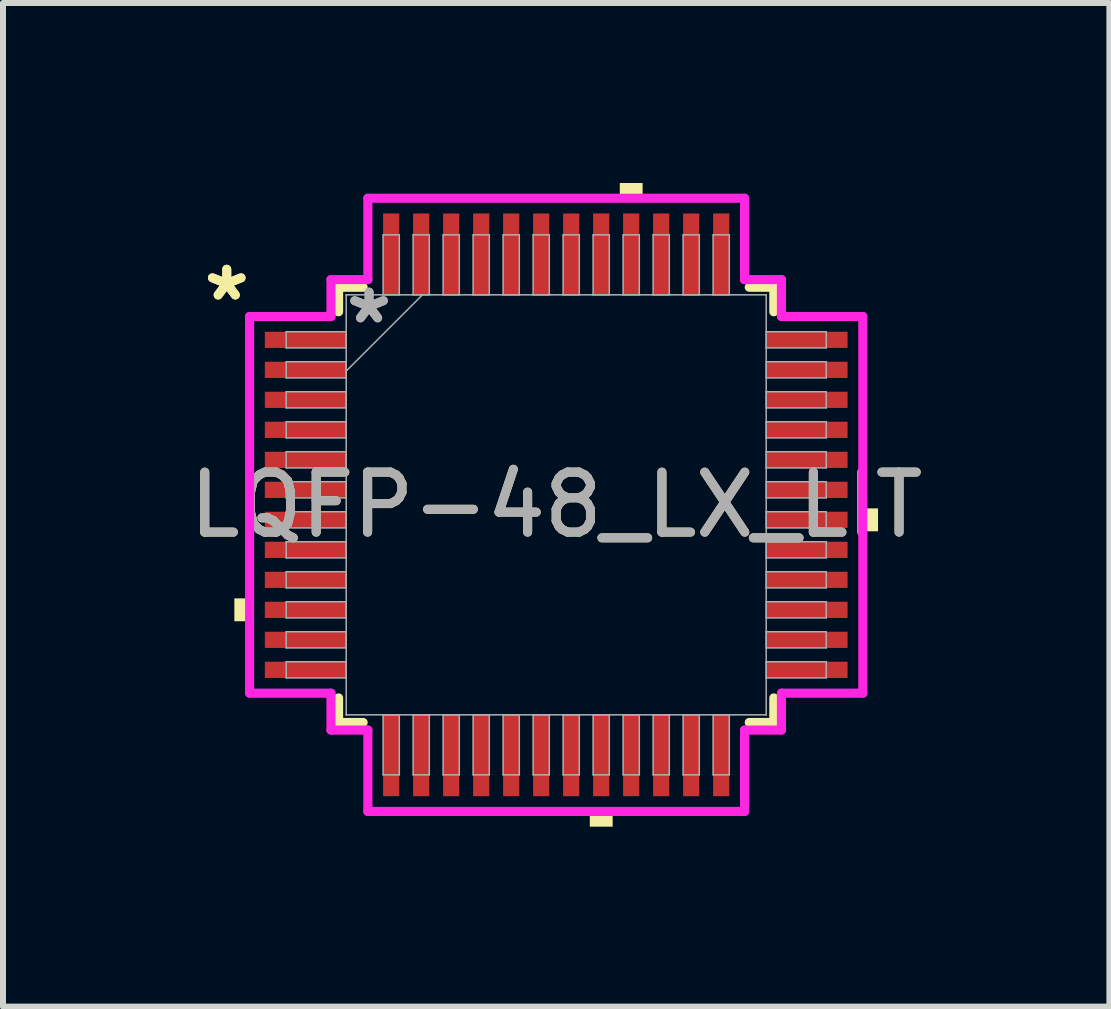
<source format=kicad_pcb>
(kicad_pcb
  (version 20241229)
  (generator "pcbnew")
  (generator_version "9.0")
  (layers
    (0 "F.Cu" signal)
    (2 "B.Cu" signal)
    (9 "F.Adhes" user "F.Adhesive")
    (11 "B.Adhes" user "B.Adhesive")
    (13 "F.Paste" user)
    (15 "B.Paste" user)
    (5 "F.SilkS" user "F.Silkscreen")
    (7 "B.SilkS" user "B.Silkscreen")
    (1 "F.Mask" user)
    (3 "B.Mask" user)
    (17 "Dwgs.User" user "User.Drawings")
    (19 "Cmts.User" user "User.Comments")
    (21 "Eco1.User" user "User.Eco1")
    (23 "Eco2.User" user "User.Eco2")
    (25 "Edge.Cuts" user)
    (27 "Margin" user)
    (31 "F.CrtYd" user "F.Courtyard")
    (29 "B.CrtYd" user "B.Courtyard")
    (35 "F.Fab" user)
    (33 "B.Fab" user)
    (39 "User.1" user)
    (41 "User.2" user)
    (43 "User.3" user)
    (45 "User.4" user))
  (footprint "LQFP-48_LX_LIT"
    (layer "F.Cu")
    (at 6.22 5.364)
    (property "Reference" "LQFP-48_LX_LIT" (at 0 0 0) (unlocked yes) (layer "F.SilkS") (effects (font (size 1 1) (thickness 0.15))))
    (attr smd)
    (fp_line (start -3.627 -3.627) (end -3.627 -3.218) (stroke (width 0.152) (type solid)) (layer "F.SilkS"))
    (fp_line (start -3.627 3.218) (end -3.627 3.627) (stroke (width 0.152) (type solid)) (layer "F.SilkS"))
    (fp_line (start -3.627 3.627) (end -3.218 3.627) (stroke (width 0.152) (type solid)) (layer "F.SilkS"))
    (fp_line (start -3.218 -3.627) (end -3.627 -3.627) (stroke (width 0.152) (type solid)) (layer "F.SilkS"))
    (fp_line (start 3.218 3.627) (end 3.627 3.627) (stroke (width 0.152) (type solid)) (layer "F.SilkS"))
    (fp_line (start 3.627 -3.627) (end 3.218 -3.627) (stroke (width 0.152) (type solid)) (layer "F.SilkS"))
    (fp_line (start 3.627 -3.218) (end 3.627 -3.627) (stroke (width 0.152) (type solid)) (layer "F.SilkS"))
    (fp_line (start 3.627 3.627) (end 3.627 3.218) (stroke (width 0.152) (type solid)) (layer "F.SilkS"))
    (fp_poly (pts (xy -5.364 1.559) (xy -5.364 1.94) (xy -5.11 1.94) (xy -5.11 1.559)) (stroke (width 0) (type solid)) (fill yes) (layer "F.SilkS"))
    (fp_poly (pts (xy 0.56 5.11) (xy 0.56 5.364) (xy 0.941 5.364) (xy 0.941 5.11)) (stroke (width 0) (type solid)) (fill yes) (layer "F.SilkS"))
    (fp_poly (pts (xy 1.06 -5.11) (xy 1.06 -5.364) (xy 1.44 -5.364) (xy 1.44 -5.11)) (stroke (width 0) (type solid)) (fill yes) (layer "F.SilkS"))
    (fp_poly (pts (xy 5.364 0.059) (xy 5.364 0.441) (xy 5.11 0.441) (xy 5.11 0.059)) (stroke (width 0) (type solid)) (fill yes) (layer "F.SilkS"))
    (fp_line (start -5.11 -3.139) (end -3.754 -3.139) (stroke (width 0.152) (type solid)) (layer "F.CrtYd"))
    (fp_line (start -5.11 3.139) (end -5.11 -3.139) (stroke (width 0.152) (type solid)) (layer "F.CrtYd"))
    (fp_line (start -3.754 -3.754) (end -3.139 -3.754) (stroke (width 0.152) (type solid)) (layer "F.CrtYd"))
    (fp_line (start -3.754 -3.139) (end -3.754 -3.754) (stroke (width 0.152) (type solid)) (layer "F.CrtYd"))
    (fp_line (start -3.754 3.139) (end -5.11 3.139) (stroke (width 0.152) (type solid)) (layer "F.CrtYd"))
    (fp_line (start -3.754 3.754) (end -3.754 3.139) (stroke (width 0.152) (type solid)) (layer "F.CrtYd"))
    (fp_line (start -3.754 3.754) (end -3.139 3.754) (stroke (width 0.152) (type solid)) (layer "F.CrtYd"))
    (fp_line (start -3.139 -5.11) (end 3.139 -5.11) (stroke (width 0.152) (type solid)) (layer "F.CrtYd"))
    (fp_line (start -3.139 -3.754) (end -3.139 -5.11) (stroke (width 0.152) (type solid)) (layer "F.CrtYd"))
    (fp_line (start -3.139 3.754) (end -3.139 5.11) (stroke (width 0.152) (type solid)) (layer "F.CrtYd"))
    (fp_line (start -3.139 5.11) (end 3.139 5.11) (stroke (width 0.152) (type solid)) (layer "F.CrtYd"))
    (fp_line (start 3.139 -5.11) (end 3.139 -3.754) (stroke (width 0.152) (type solid)) (layer "F.CrtYd"))
    (fp_line (start 3.139 -3.754) (end 3.754 -3.754) (stroke (width 0.152) (type solid)) (layer "F.CrtYd"))
    (fp_line (start 3.139 3.754) (end 3.754 3.754) (stroke (width 0.152) (type solid)) (layer "F.CrtYd"))
    (fp_line (start 3.139 5.11) (end 3.139 3.754) (stroke (width 0.152) (type solid)) (layer "F.CrtYd"))
    (fp_line (start 3.754 -3.139) (end 3.754 -3.754) (stroke (width 0.152) (type solid)) (layer "F.CrtYd"))
    (fp_line (start 3.754 3.139) (end 5.11 3.139) (stroke (width 0.152) (type solid)) (layer "F.CrtYd"))
    (fp_line (start 3.754 3.754) (end 3.754 3.139) (stroke (width 0.152) (type solid)) (layer "F.CrtYd"))
    (fp_line (start 5.11 -3.139) (end 3.754 -3.139) (stroke (width 0.152) (type solid)) (layer "F.CrtYd"))
    (fp_line (start 5.11 3.139) (end 5.11 -3.139) (stroke (width 0.152) (type solid)) (layer "F.CrtYd"))
    (fp_line (start -4.5 -2.885) (end -4.5 -2.615) (stroke (width 0.025) (type solid)) (layer "F.Fab"))
    (fp_line (start -4.5 -2.615) (end -3.5 -2.615) (stroke (width 0.025) (type solid)) (layer "F.Fab"))
    (fp_line (start -4.5 -2.385) (end -4.5 -2.115) (stroke (width 0.025) (type solid)) (layer "F.Fab"))
    (fp_line (start -4.5 -2.115) (end -3.5 -2.115) (stroke (width 0.025) (type solid)) (layer "F.Fab"))
    (fp_line (start -4.5 -1.885) (end -4.5 -1.615) (stroke (width 0.025) (type solid)) (layer "F.Fab"))
    (fp_line (start -4.5 -1.615) (end -3.5 -1.615) (stroke (width 0.025) (type solid)) (layer "F.Fab"))
    (fp_line (start -4.5 -1.385) (end -4.5 -1.115) (stroke (width 0.025) (type solid)) (layer "F.Fab"))
    (fp_line (start -4.5 -1.115) (end -3.5 -1.115) (stroke (width 0.025) (type solid)) (layer "F.Fab"))
    (fp_line (start -4.5 -0.885) (end -4.5 -0.615) (stroke (width 0.025) (type solid)) (layer "F.Fab"))
    (fp_line (start -4.5 -0.615) (end -3.5 -0.615) (stroke (width 0.025) (type solid)) (layer "F.Fab"))
    (fp_line (start -4.5 -0.385) (end -4.5 -0.115) (stroke (width 0.025) (type solid)) (layer "F.Fab"))
    (fp_line (start -4.5 -0.115) (end -3.5 -0.115) (stroke (width 0.025) (type solid)) (layer "F.Fab"))
    (fp_line (start -4.5 0.115) (end -4.5 0.385) (stroke (width 0.025) (type solid)) (layer "F.Fab"))
    (fp_line (start -4.5 0.385) (end -3.5 0.385) (stroke (width 0.025) (type solid)) (layer "F.Fab"))
    (fp_line (start -4.5 0.615) (end -4.5 0.885) (stroke (width 0.025) (type solid)) (layer "F.Fab"))
    (fp_line (start -4.5 0.885) (end -3.5 0.885) (stroke (width 0.025) (type solid)) (layer "F.Fab"))
    (fp_line (start -4.5 1.115) (end -4.5 1.385) (stroke (width 0.025) (type solid)) (layer "F.Fab"))
    (fp_line (start -4.5 1.385) (end -3.5 1.385) (stroke (width 0.025) (type solid)) (layer "F.Fab"))
    (fp_line (start -4.5 1.615) (end -4.5 1.885) (stroke (width 0.025) (type solid)) (layer "F.Fab"))
    (fp_line (start -4.5 1.885) (end -3.5 1.885) (stroke (width 0.025) (type solid)) (layer "F.Fab"))
    (fp_line (start -4.5 2.115) (end -4.5 2.385) (stroke (width 0.025) (type solid)) (layer "F.Fab"))
    (fp_line (start -4.5 2.385) (end -3.5 2.385) (stroke (width 0.025) (type solid)) (layer "F.Fab"))
    (fp_line (start -4.5 2.615) (end -4.5 2.885) (stroke (width 0.025) (type solid)) (layer "F.Fab"))
    (fp_line (start -4.5 2.885) (end -3.5 2.885) (stroke (width 0.025) (type solid)) (layer "F.Fab"))
    (fp_line (start -3.5 -3.5) (end -3.5 -3.5) (stroke (width 0.025) (type solid)) (layer "F.Fab"))
    (fp_line (start -3.5 -3.5) (end -3.5 3.5) (stroke (width 0.025) (type solid)) (layer "F.Fab"))
    (fp_line (start -3.5 3.5) (end -3.5 3.5) (stroke (width 0.025) (type solid)) (layer "F.Fab"))
    (fp_line (start -3.5 3.5) (end 3.5 3.5) (stroke (width 0.025) (type solid)) (layer "F.Fab"))
    (fp_line (start -3.5 -2.885) (end -4.5 -2.885) (stroke (width 0.025) (type solid)) (layer "F.Fab"))
    (fp_line (start -3.5 -2.615) (end -3.5 -2.885) (stroke (width 0.025) (type solid)) (layer "F.Fab"))
    (fp_line (start -3.5 -2.385) (end -4.5 -2.385) (stroke (width 0.025) (type solid)) (layer "F.Fab"))
    (fp_line (start -3.5 -2.23) (end -2.23 -3.5) (stroke (width 0.025) (type solid)) (layer "F.Fab"))
    (fp_line (start -3.5 -2.115) (end -3.5 -2.385) (stroke (width 0.025) (type solid)) (layer "F.Fab"))
    (fp_line (start -3.5 -1.885) (end -4.5 -1.885) (stroke (width 0.025) (type solid)) (layer "F.Fab"))
    (fp_line (start -3.5 -1.615) (end -3.5 -1.885) (stroke (width 0.025) (type solid)) (layer "F.Fab"))
    (fp_line (start -3.5 -1.385) (end -4.5 -1.385) (stroke (width 0.025) (type solid)) (layer "F.Fab"))
    (fp_line (start -3.5 -1.115) (end -3.5 -1.385) (stroke (width 0.025) (type solid)) (layer "F.Fab"))
    (fp_line (start -3.5 -0.885) (end -4.5 -0.885) (stroke (width 0.025) (type solid)) (layer "F.Fab"))
    (fp_line (start -3.5 -0.615) (end -3.5 -0.885) (stroke (width 0.025) (type solid)) (layer "F.Fab"))
    (fp_line (start -3.5 -0.385) (end -4.5 -0.385) (stroke (width 0.025) (type solid)) (layer "F.Fab"))
    (fp_line (start -3.5 -0.115) (end -3.5 -0.385) (stroke (width 0.025) (type solid)) (layer "F.Fab"))
    (fp_line (start -3.5 0.115) (end -4.5 0.115) (stroke (width 0.025) (type solid)) (layer "F.Fab"))
    (fp_line (start -3.5 0.385) (end -3.5 0.115) (stroke (width 0.025) (type solid)) (layer "F.Fab"))
    (fp_line (start -3.5 0.615) (end -4.5 0.615) (stroke (width 0.025) (type solid)) (layer "F.Fab"))
    (fp_line (start -3.5 0.885) (end -3.5 0.615) (stroke (width 0.025) (type solid)) (layer "F.Fab"))
    (fp_line (start -3.5 1.115) (end -4.5 1.115) (stroke (width 0.025) (type solid)) (layer "F.Fab"))
    (fp_line (start -3.5 1.385) (end -3.5 1.115) (stroke (width 0.025) (type solid)) (layer "F.Fab"))
    (fp_line (start -3.5 1.615) (end -4.5 1.615) (stroke (width 0.025) (type solid)) (layer "F.Fab"))
    (fp_line (start -3.5 1.885) (end -3.5 1.615) (stroke (width 0.025) (type solid)) (layer "F.Fab"))
    (fp_line (start -3.5 2.115) (end -4.5 2.115) (stroke (width 0.025) (type solid)) (layer "F.Fab"))
    (fp_line (start -3.5 2.385) (end -3.5 2.115) (stroke (width 0.025) (type solid)) (layer "F.Fab"))
    (fp_line (start -3.5 2.615) (end -4.5 2.615) (stroke (width 0.025) (type solid)) (layer "F.Fab"))
    (fp_line (start -3.5 2.885) (end -3.5 2.615) (stroke (width 0.025) (type solid)) (layer "F.Fab"))
    (fp_line (start -2.885 -4.5) (end -2.885 -3.5) (stroke (width 0.025) (type solid)) (layer "F.Fab"))
    (fp_line (start -2.885 -3.5) (end -2.615 -3.5) (stroke (width 0.025) (type solid)) (layer "F.Fab"))
    (fp_line (start -2.885 3.5) (end -2.885 4.5) (stroke (width 0.025) (type solid)) (layer "F.Fab"))
    (fp_line (start -2.885 4.5) (end -2.615 4.5) (stroke (width 0.025) (type solid)) (layer "F.Fab"))
    (fp_line (start -2.615 -4.5) (end -2.885 -4.5) (stroke (width 0.025) (type solid)) (layer "F.Fab"))
    (fp_line (start -2.615 -3.5) (end -2.615 -4.5) (stroke (width 0.025) (type solid)) (layer "F.Fab"))
    (fp_line (start -2.615 3.5) (end -2.885 3.5) (stroke (width 0.025) (type solid)) (layer "F.Fab"))
    (fp_line (start -2.615 4.5) (end -2.615 3.5) (stroke (width 0.025) (type solid)) (layer "F.Fab"))
    (fp_line (start -2.385 -4.5) (end -2.385 -3.5) (stroke (width 0.025) (type solid)) (layer "F.Fab"))
    (fp_line (start -2.385 -3.5) (end -2.115 -3.5) (stroke (width 0.025) (type solid)) (layer "F.Fab"))
    (fp_line (start -2.385 3.5) (end -2.385 4.5) (stroke (width 0.025) (type solid)) (layer "F.Fab"))
    (fp_line (start -2.385 4.5) (end -2.115 4.5) (stroke (width 0.025) (type solid)) (layer "F.Fab"))
    (fp_line (start -2.115 -4.5) (end -2.385 -4.5) (stroke (width 0.025) (type solid)) (layer "F.Fab"))
    (fp_line (start -2.115 -3.5) (end -2.115 -4.5) (stroke (width 0.025) (type solid)) (layer "F.Fab"))
    (fp_line (start -2.115 3.5) (end -2.385 3.5) (stroke (width 0.025) (type solid)) (layer "F.Fab"))
    (fp_line (start -2.115 4.5) (end -2.115 3.5) (stroke (width 0.025) (type solid)) (layer "F.Fab"))
    (fp_line (start -1.885 -4.5) (end -1.885 -3.5) (stroke (width 0.025) (type solid)) (layer "F.Fab"))
    (fp_line (start -1.885 -3.5) (end -1.615 -3.5) (stroke (width 0.025) (type solid)) (layer "F.Fab"))
    (fp_line (start -1.885 3.5) (end -1.885 4.5) (stroke (width 0.025) (type solid)) (layer "F.Fab"))
    (fp_line (start -1.885 4.5) (end -1.615 4.5) (stroke (width 0.025) (type solid)) (layer "F.Fab"))
    (fp_line (start -1.615 -4.5) (end -1.885 -4.5) (stroke (width 0.025) (type solid)) (layer "F.Fab"))
    (fp_line (start -1.615 -3.5) (end -1.615 -4.5) (stroke (width 0.025) (type solid)) (layer "F.Fab"))
    (fp_line (start -1.615 3.5) (end -1.885 3.5) (stroke (width 0.025) (type solid)) (layer "F.Fab"))
    (fp_line (start -1.615 4.5) (end -1.615 3.5) (stroke (width 0.025) (type solid)) (layer "F.Fab"))
    (fp_line (start -1.385 -4.5) (end -1.385 -3.5) (stroke (width 0.025) (type solid)) (layer "F.Fab"))
    (fp_line (start -1.385 -3.5) (end -1.115 -3.5) (stroke (width 0.025) (type solid)) (layer "F.Fab"))
    (fp_line (start -1.385 3.5) (end -1.385 4.5) (stroke (width 0.025) (type solid)) (layer "F.Fab"))
    (fp_line (start -1.385 4.5) (end -1.115 4.5) (stroke (width 0.025) (type solid)) (layer "F.Fab"))
    (fp_line (start -1.115 -4.5) (end -1.385 -4.5) (stroke (width 0.025) (type solid)) (layer "F.Fab"))
    (fp_line (start -1.115 -3.5) (end -1.115 -4.5) (stroke (width 0.025) (type solid)) (layer "F.Fab"))
    (fp_line (start -1.115 3.5) (end -1.385 3.5) (stroke (width 0.025) (type solid)) (layer "F.Fab"))
    (fp_line (start -1.115 4.5) (end -1.115 3.5) (stroke (width 0.025) (type solid)) (layer "F.Fab"))
    (fp_line (start -0.885 -4.5) (end -0.885 -3.5) (stroke (width 0.025) (type solid)) (layer "F.Fab"))
    (fp_line (start -0.885 -3.5) (end -0.615 -3.5) (stroke (width 0.025) (type solid)) (layer "F.Fab"))
    (fp_line (start -0.885 3.5) (end -0.885 4.5) (stroke (width 0.025) (type solid)) (layer "F.Fab"))
    (fp_line (start -0.885 4.5) (end -0.615 4.5) (stroke (width 0.025) (type solid)) (layer "F.Fab"))
    (fp_line (start -0.615 -4.5) (end -0.885 -4.5) (stroke (width 0.025) (type solid)) (layer "F.Fab"))
    (fp_line (start -0.615 -3.5) (end -0.615 -4.5) (stroke (width 0.025) (type solid)) (layer "F.Fab"))
    (fp_line (start -0.615 3.5) (end -0.885 3.5) (stroke (width 0.025) (type solid)) (layer "F.Fab"))
    (fp_line (start -0.615 4.5) (end -0.615 3.5) (stroke (width 0.025) (type solid)) (layer "F.Fab"))
    (fp_line (start -0.385 -4.5) (end -0.385 -3.5) (stroke (width 0.025) (type solid)) (layer "F.Fab"))
    (fp_line (start -0.385 -3.5) (end -0.115 -3.5) (stroke (width 0.025) (type solid)) (layer "F.Fab"))
    (fp_line (start -0.385 3.5) (end -0.385 4.5) (stroke (width 0.025) (type solid)) (layer "F.Fab"))
    (fp_line (start -0.385 4.5) (end -0.115 4.5) (stroke (width 0.025) (type solid)) (layer "F.Fab"))
    (fp_line (start -0.115 -4.5) (end -0.385 -4.5) (stroke (width 0.025) (type solid)) (layer "F.Fab"))
    (fp_line (start -0.115 -3.5) (end -0.115 -4.5) (stroke (width 0.025) (type solid)) (layer "F.Fab"))
    (fp_line (start -0.115 3.5) (end -0.385 3.5) (stroke (width 0.025) (type solid)) (layer "F.Fab"))
    (fp_line (start -0.115 4.5) (end -0.115 3.5) (stroke (width 0.025) (type solid)) (layer "F.Fab"))
    (fp_line (start 0.115 -4.5) (end 0.115 -3.5) (stroke (width 0.025) (type solid)) (layer "F.Fab"))
    (fp_line (start 0.115 -3.5) (end 0.385 -3.5) (stroke (width 0.025) (type solid)) (layer "F.Fab"))
    (fp_line (start 0.115 3.5) (end 0.115 4.5) (stroke (width 0.025) (type solid)) (layer "F.Fab"))
    (fp_line (start 0.115 4.5) (end 0.385 4.5) (stroke (width 0.025) (type solid)) (layer "F.Fab"))
    (fp_line (start 0.385 -4.5) (end 0.115 -4.5) (stroke (width 0.025) (type solid)) (layer "F.Fab"))
    (fp_line (start 0.385 -3.5) (end 0.385 -4.5) (stroke (width 0.025) (type solid)) (layer "F.Fab"))
    (fp_line (start 0.385 3.5) (end 0.115 3.5) (stroke (width 0.025) (type solid)) (layer "F.Fab"))
    (fp_line (start 0.385 4.5) (end 0.385 3.5) (stroke (width 0.025) (type solid)) (layer "F.Fab"))
    (fp_line (start 0.615 -4.5) (end 0.615 -3.5) (stroke (width 0.025) (type solid)) (layer "F.Fab"))
    (fp_line (start 0.615 -3.5) (end 0.885 -3.5) (stroke (width 0.025) (type solid)) (layer "F.Fab"))
    (fp_line (start 0.615 3.5) (end 0.615 4.5) (stroke (width 0.025) (type solid)) (layer "F.Fab"))
    (fp_line (start 0.615 4.5) (end 0.885 4.5) (stroke (width 0.025) (type solid)) (layer "F.Fab"))
    (fp_line (start 0.885 -4.5) (end 0.615 -4.5) (stroke (width 0.025) (type solid)) (layer "F.Fab"))
    (fp_line (start 0.885 -3.5) (end 0.885 -4.5) (stroke (width 0.025) (type solid)) (layer "F.Fab"))
    (fp_line (start 0.885 3.5) (end 0.615 3.5) (stroke (width 0.025) (type solid)) (layer "F.Fab"))
    (fp_line (start 0.885 4.5) (end 0.885 3.5) (stroke (width 0.025) (type solid)) (layer "F.Fab"))
    (fp_line (start 1.115 -4.5) (end 1.115 -3.5) (stroke (width 0.025) (type solid)) (layer "F.Fab"))
    (fp_line (start 1.115 -3.5) (end 1.385 -3.5) (stroke (width 0.025) (type solid)) (layer "F.Fab"))
    (fp_line (start 1.115 3.5) (end 1.115 4.5) (stroke (width 0.025) (type solid)) (layer "F.Fab"))
    (fp_line (start 1.115 4.5) (end 1.385 4.5) (stroke (width 0.025) (type solid)) (layer "F.Fab"))
    (fp_line (start 1.385 -4.5) (end 1.115 -4.5) (stroke (width 0.025) (type solid)) (layer "F.Fab"))
    (fp_line (start 1.385 -3.5) (end 1.385 -4.5) (stroke (width 0.025) (type solid)) (layer "F.Fab"))
    (fp_line (start 1.385 3.5) (end 1.115 3.5) (stroke (width 0.025) (type solid)) (layer "F.Fab"))
    (fp_line (start 1.385 4.5) (end 1.385 3.5) (stroke (width 0.025) (type solid)) (layer "F.Fab"))
    (fp_line (start 1.615 -4.5) (end 1.615 -3.5) (stroke (width 0.025) (type solid)) (layer "F.Fab"))
    (fp_line (start 1.615 -3.5) (end 1.885 -3.5) (stroke (width 0.025) (type solid)) (layer "F.Fab"))
    (fp_line (start 1.615 3.5) (end 1.615 4.5) (stroke (width 0.025) (type solid)) (layer "F.Fab"))
    (fp_line (start 1.615 4.5) (end 1.885 4.5) (stroke (width 0.025) (type solid)) (layer "F.Fab"))
    (fp_line (start 1.885 -4.5) (end 1.615 -4.5) (stroke (width 0.025) (type solid)) (layer "F.Fab"))
    (fp_line (start 1.885 -3.5) (end 1.885 -4.5) (stroke (width 0.025) (type solid)) (layer "F.Fab"))
    (fp_line (start 1.885 3.5) (end 1.615 3.5) (stroke (width 0.025) (type solid)) (layer "F.Fab"))
    (fp_line (start 1.885 4.5) (end 1.885 3.5) (stroke (width 0.025) (type solid)) (layer "F.Fab"))
    (fp_line (start 2.115 -4.5) (end 2.115 -3.5) (stroke (width 0.025) (type solid)) (layer "F.Fab"))
    (fp_line (start 2.115 -3.5) (end 2.385 -3.5) (stroke (width 0.025) (type solid)) (layer "F.Fab"))
    (fp_line (start 2.115 3.5) (end 2.115 4.5) (stroke (width 0.025) (type solid)) (layer "F.Fab"))
    (fp_line (start 2.115 4.5) (end 2.385 4.5) (stroke (width 0.025) (type solid)) (layer "F.Fab"))
    (fp_line (start 2.385 -4.5) (end 2.115 -4.5) (stroke (width 0.025) (type solid)) (layer "F.Fab"))
    (fp_line (start 2.385 -3.5) (end 2.385 -4.5) (stroke (width 0.025) (type solid)) (layer "F.Fab"))
    (fp_line (start 2.385 3.5) (end 2.115 3.5) (stroke (width 0.025) (type solid)) (layer "F.Fab"))
    (fp_line (start 2.385 4.5) (end 2.385 3.5) (stroke (width 0.025) (type solid)) (layer "F.Fab"))
    (fp_line (start 2.615 -4.5) (end 2.615 -3.5) (stroke (width 0.025) (type solid)) (layer "F.Fab"))
    (fp_line (start 2.615 -3.5) (end 2.885 -3.5) (stroke (width 0.025) (type solid)) (layer "F.Fab"))
    (fp_line (start 2.615 3.5) (end 2.615 4.5) (stroke (width 0.025) (type solid)) (layer "F.Fab"))
    (fp_line (start 2.615 4.5) (end 2.885 4.5) (stroke (width 0.025) (type solid)) (layer "F.Fab"))
    (fp_line (start 2.885 -4.5) (end 2.615 -4.5) (stroke (width 0.025) (type solid)) (layer "F.Fab"))
    (fp_line (start 2.885 -3.5) (end 2.885 -4.5) (stroke (width 0.025) (type solid)) (layer "F.Fab"))
    (fp_line (start 2.885 3.5) (end 2.615 3.5) (stroke (width 0.025) (type solid)) (layer "F.Fab"))
    (fp_line (start 2.885 4.5) (end 2.885 3.5) (stroke (width 0.025) (type solid)) (layer "F.Fab"))
    (fp_line (start 3.5 -2.885) (end 3.5 -2.615) (stroke (width 0.025) (type solid)) (layer "F.Fab"))
    (fp_line (start 3.5 -2.615) (end 4.5 -2.615) (stroke (width 0.025) (type solid)) (layer "F.Fab"))
    (fp_line (start 3.5 -2.385) (end 3.5 -2.115) (stroke (width 0.025) (type solid)) (layer "F.Fab"))
    (fp_line (start 3.5 -2.115) (end 4.5 -2.115) (stroke (width 0.025) (type solid)) (layer "F.Fab"))
    (fp_line (start 3.5 -1.885) (end 3.5 -1.615) (stroke (width 0.025) (type solid)) (layer "F.Fab"))
    (fp_line (start 3.5 -1.615) (end 4.5 -1.615) (stroke (width 0.025) (type solid)) (layer "F.Fab"))
    (fp_line (start 3.5 -1.385) (end 3.5 -1.115) (stroke (width 0.025) (type solid)) (layer "F.Fab"))
    (fp_line (start 3.5 -1.115) (end 4.5 -1.115) (stroke (width 0.025) (type solid)) (layer "F.Fab"))
    (fp_line (start 3.5 -0.885) (end 3.5 -0.615) (stroke (width 0.025) (type solid)) (layer "F.Fab"))
    (fp_line (start 3.5 -0.615) (end 4.5 -0.615) (stroke (width 0.025) (type solid)) (layer "F.Fab"))
    (fp_line (start 3.5 -0.385) (end 3.5 -0.115) (stroke (width 0.025) (type solid)) (layer "F.Fab"))
    (fp_line (start 3.5 -0.115) (end 4.5 -0.115) (stroke (width 0.025) (type solid)) (layer "F.Fab"))
    (fp_line (start 3.5 0.115) (end 3.5 0.385) (stroke (width 0.025) (type solid)) (layer "F.Fab"))
    (fp_line (start 3.5 0.385) (end 4.5 0.385) (stroke (width 0.025) (type solid)) (layer "F.Fab"))
    (fp_line (start 3.5 0.615) (end 3.5 0.885) (stroke (width 0.025) (type solid)) (layer "F.Fab"))
    (fp_line (start 3.5 0.885) (end 4.5 0.885) (stroke (width 0.025) (type solid)) (layer "F.Fab"))
    (fp_line (start 3.5 1.115) (end 3.5 1.385) (stroke (width 0.025) (type solid)) (layer "F.Fab"))
    (fp_line (start 3.5 1.385) (end 4.5 1.385) (stroke (width 0.025) (type solid)) (layer "F.Fab"))
    (fp_line (start 3.5 1.615) (end 3.5 1.885) (stroke (width 0.025) (type solid)) (layer "F.Fab"))
    (fp_line (start 3.5 1.885) (end 4.5 1.885) (stroke (width 0.025) (type solid)) (layer "F.Fab"))
    (fp_line (start 3.5 2.115) (end 3.5 2.385) (stroke (width 0.025) (type solid)) (layer "F.Fab"))
    (fp_line (start 3.5 2.385) (end 4.5 2.385) (stroke (width 0.025) (type solid)) (layer "F.Fab"))
    (fp_line (start 3.5 2.615) (end 3.5 2.885) (stroke (width 0.025) (type solid)) (layer "F.Fab"))
    (fp_line (start 3.5 2.885) (end 4.5 2.885) (stroke (width 0.025) (type solid)) (layer "F.Fab"))
    (fp_line (start 3.5 -3.5) (end -3.5 -3.5) (stroke (width 0.025) (type solid)) (layer "F.Fab"))
    (fp_line (start 3.5 -3.5) (end 3.5 -3.5) (stroke (width 0.025) (type solid)) (layer "F.Fab"))
    (fp_line (start 3.5 3.5) (end 3.5 -3.5) (stroke (width 0.025) (type solid)) (layer "F.Fab"))
    (fp_line (start 3.5 3.5) (end 3.5 3.5) (stroke (width 0.025) (type solid)) (layer "F.Fab"))
    (fp_line (start 4.5 -2.885) (end 3.5 -2.885) (stroke (width 0.025) (type solid)) (layer "F.Fab"))
    (fp_line (start 4.5 -2.615) (end 4.5 -2.885) (stroke (width 0.025) (type solid)) (layer "F.Fab"))
    (fp_line (start 4.5 -2.385) (end 3.5 -2.385) (stroke (width 0.025) (type solid)) (layer "F.Fab"))
    (fp_line (start 4.5 -2.115) (end 4.5 -2.385) (stroke (width 0.025) (type solid)) (layer "F.Fab"))
    (fp_line (start 4.5 -1.885) (end 3.5 -1.885) (stroke (width 0.025) (type solid)) (layer "F.Fab"))
    (fp_line (start 4.5 -1.615) (end 4.5 -1.885) (stroke (width 0.025) (type solid)) (layer "F.Fab"))
    (fp_line (start 4.5 -1.385) (end 3.5 -1.385) (stroke (width 0.025) (type solid)) (layer "F.Fab"))
    (fp_line (start 4.5 -1.115) (end 4.5 -1.385) (stroke (width 0.025) (type solid)) (layer "F.Fab"))
    (fp_line (start 4.5 -0.885) (end 3.5 -0.885) (stroke (width 0.025) (type solid)) (layer "F.Fab"))
    (fp_line (start 4.5 -0.615) (end 4.5 -0.885) (stroke (width 0.025) (type solid)) (layer "F.Fab"))
    (fp_line (start 4.5 -0.385) (end 3.5 -0.385) (stroke (width 0.025) (type solid)) (layer "F.Fab"))
    (fp_line (start 4.5 -0.115) (end 4.5 -0.385) (stroke (width 0.025) (type solid)) (layer "F.Fab"))
    (fp_line (start 4.5 0.115) (end 3.5 0.115) (stroke (width 0.025) (type solid)) (layer "F.Fab"))
    (fp_line (start 4.5 0.385) (end 4.5 0.115) (stroke (width 0.025) (type solid)) (layer "F.Fab"))
    (fp_line (start 4.5 0.615) (end 3.5 0.615) (stroke (width 0.025) (type solid)) (layer "F.Fab"))
    (fp_line (start 4.5 0.885) (end 4.5 0.615) (stroke (width 0.025) (type solid)) (layer "F.Fab"))
    (fp_line (start 4.5 1.115) (end 3.5 1.115) (stroke (width 0.025) (type solid)) (layer "F.Fab"))
    (fp_line (start 4.5 1.385) (end 4.5 1.115) (stroke (width 0.025) (type solid)) (layer "F.Fab"))
    (fp_line (start 4.5 1.615) (end 3.5 1.615) (stroke (width 0.025) (type solid)) (layer "F.Fab"))
    (fp_line (start 4.5 1.885) (end 4.5 1.615) (stroke (width 0.025) (type solid)) (layer "F.Fab"))
    (fp_line (start 4.5 2.115) (end 3.5 2.115) (stroke (width 0.025) (type solid)) (layer "F.Fab"))
    (fp_line (start 4.5 2.385) (end 4.5 2.115) (stroke (width 0.025) (type solid)) (layer "F.Fab"))
    (fp_line (start 4.5 2.615) (end 3.5 2.615) (stroke (width 0.025) (type solid)) (layer "F.Fab"))
    (fp_line (start 4.5 2.885) (end 4.5 2.615) (stroke (width 0.025) (type solid)) (layer "F.Fab"))
    (fp_text user "*" (at -5.491 -3.381 0) (unlocked yes) (layer "F.SilkS") (effects (font (size 1 1) (thickness 0.15))))
    (fp_text user "*" (at -5.491 -3.381 0) (layer "F.SilkS") (effects (font (size 1 1) (thickness 0.15))))
    (fp_text user "*" (at -3.119 -3 0) (unlocked yes) (layer "F.Fab") (effects (font (size 1 1) (thickness 0.15))))
    (fp_text user "*" (at -3.119 -3 0) (layer "F.Fab") (effects (font (size 1 1) (thickness 0.15))))
    (fp_text user "${REFERENCE}" (at 0 0 0) (unlocked yes) (layer "F.Fab") (effects (font (size 1 1) (thickness 0.15))))
    (pad "1" smd rect (at -4.178 -2.75 90) (size 0.27 1.356) (layers "F.Cu" "F.Mask" "F.Paste"))
    (pad "2" smd rect (at -4.178 -2.25 90) (size 0.27 1.356) (layers "F.Cu" "F.Mask" "F.Paste"))
    (pad "3" smd rect (at -4.178 -1.75 90) (size 0.27 1.356) (layers "F.Cu" "F.Mask" "F.Paste"))
    (pad "4" smd rect (at -4.178 -1.25 90) (size 0.27 1.356) (layers "F.Cu" "F.Mask" "F.Paste"))
    (pad "5" smd rect (at -4.178 -0.75 90) (size 0.27 1.356) (layers "F.Cu" "F.Mask" "F.Paste"))
    (pad "6" smd rect (at -4.178 -0.25 90) (size 0.27 1.356) (layers "F.Cu" "F.Mask" "F.Paste"))
    (pad "7" smd rect (at -4.178 0.25 90) (size 0.27 1.356) (layers "F.Cu" "F.Mask" "F.Paste"))
    (pad "8" smd rect (at -4.178 0.75 90) (size 0.27 1.356) (layers "F.Cu" "F.Mask" "F.Paste"))
    (pad "9" smd rect (at -4.178 1.25 90) (size 0.27 1.356) (layers "F.Cu" "F.Mask" "F.Paste"))
    (pad "10" smd rect (at -4.178 1.75 90) (size 0.27 1.356) (layers "F.Cu" "F.Mask" "F.Paste"))
    (pad "11" smd rect (at -4.178 2.25 90) (size 0.27 1.356) (layers "F.Cu" "F.Mask" "F.Paste"))
    (pad "12" smd rect (at -4.178 2.75 90) (size 0.27 1.356) (layers "F.Cu" "F.Mask" "F.Paste"))
    (pad "13" smd rect (at -2.75 4.178) (size 0.27 1.356) (layers "F.Cu" "F.Mask" "F.Paste"))
    (pad "14" smd rect (at -2.25 4.178) (size 0.27 1.356) (layers "F.Cu" "F.Mask" "F.Paste"))
    (pad "15" smd rect (at -1.75 4.178) (size 0.27 1.356) (layers "F.Cu" "F.Mask" "F.Paste"))
    (pad "16" smd rect (at -1.25 4.178) (size 0.27 1.356) (layers "F.Cu" "F.Mask" "F.Paste"))
    (pad "17" smd rect (at -0.75 4.178) (size 0.27 1.356) (layers "F.Cu" "F.Mask" "F.Paste"))
    (pad "18" smd rect (at -0.25 4.178) (size 0.27 1.356) (layers "F.Cu" "F.Mask" "F.Paste"))
    (pad "19" smd rect (at 0.25 4.178) (size 0.27 1.356) (layers "F.Cu" "F.Mask" "F.Paste"))
    (pad "20" smd rect (at 0.75 4.178) (size 0.27 1.356) (layers "F.Cu" "F.Mask" "F.Paste"))
    (pad "21" smd rect (at 1.25 4.178) (size 0.27 1.356) (layers "F.Cu" "F.Mask" "F.Paste"))
    (pad "22" smd rect (at 1.75 4.178) (size 0.27 1.356) (layers "F.Cu" "F.Mask" "F.Paste"))
    (pad "23" smd rect (at 2.25 4.178) (size 0.27 1.356) (layers "F.Cu" "F.Mask" "F.Paste"))
    (pad "24" smd rect (at 2.75 4.178) (size 0.27 1.356) (layers "F.Cu" "F.Mask" "F.Paste"))
    (pad "25" smd rect (at 4.178 2.75 90) (size 0.27 1.356) (layers "F.Cu" "F.Mask" "F.Paste"))
    (pad "26" smd rect (at 4.178 2.25 90) (size 0.27 1.356) (layers "F.Cu" "F.Mask" "F.Paste"))
    (pad "27" smd rect (at 4.178 1.75 90) (size 0.27 1.356) (layers "F.Cu" "F.Mask" "F.Paste"))
    (pad "28" smd rect (at 4.178 1.25 90) (size 0.27 1.356) (layers "F.Cu" "F.Mask" "F.Paste"))
    (pad "29" smd rect (at 4.178 0.75 90) (size 0.27 1.356) (layers "F.Cu" "F.Mask" "F.Paste"))
    (pad "30" smd rect (at 4.178 0.25 90) (size 0.27 1.356) (layers "F.Cu" "F.Mask" "F.Paste"))
    (pad "31" smd rect (at 4.178 -0.25 90) (size 0.27 1.356) (layers "F.Cu" "F.Mask" "F.Paste"))
    (pad "32" smd rect (at 4.178 -0.75 90) (size 0.27 1.356) (layers "F.Cu" "F.Mask" "F.Paste"))
    (pad "33" smd rect (at 4.178 -1.25 90) (size 0.27 1.356) (layers "F.Cu" "F.Mask" "F.Paste"))
    (pad "34" smd rect (at 4.178 -1.75 90) (size 0.27 1.356) (layers "F.Cu" "F.Mask" "F.Paste"))
    (pad "35" smd rect (at 4.178 -2.25 90) (size 0.27 1.356) (layers "F.Cu" "F.Mask" "F.Paste"))
    (pad "36" smd rect (at 4.178 -2.75 90) (size 0.27 1.356) (layers "F.Cu" "F.Mask" "F.Paste"))
    (pad "37" smd rect (at 2.75 -4.178) (size 0.27 1.356) (layers "F.Cu" "F.Mask" "F.Paste"))
    (pad "38" smd rect (at 2.25 -4.178) (size 0.27 1.356) (layers "F.Cu" "F.Mask" "F.Paste"))
    (pad "39" smd rect (at 1.75 -4.178) (size 0.27 1.356) (layers "F.Cu" "F.Mask" "F.Paste"))
    (pad "40" smd rect (at 1.25 -4.178) (size 0.27 1.356) (layers "F.Cu" "F.Mask" "F.Paste"))
    (pad "41" smd rect (at 0.75 -4.178) (size 0.27 1.356) (layers "F.Cu" "F.Mask" "F.Paste"))
    (pad "42" smd rect (at 0.25 -4.178) (size 0.27 1.356) (layers "F.Cu" "F.Mask" "F.Paste"))
    (pad "43" smd rect (at -0.25 -4.178) (size 0.27 1.356) (layers "F.Cu" "F.Mask" "F.Paste"))
    (pad "44" smd rect (at -0.75 -4.178) (size 0.27 1.356) (layers "F.Cu" "F.Mask" "F.Paste"))
    (pad "45" smd rect (at -1.25 -4.178) (size 0.27 1.356) (layers "F.Cu" "F.Mask" "F.Paste"))
    (pad "46" smd rect (at -1.75 -4.178) (size 0.27 1.356) (layers "F.Cu" "F.Mask" "F.Paste"))
    (pad "47" smd rect (at -2.25 -4.178) (size 0.27 1.356) (layers "F.Cu" "F.Mask" "F.Paste"))
    (pad "48" smd rect (at -2.75 -4.178) (size 0.27 1.356) (layers "F.Cu" "F.Mask" "F.Paste")))
  (gr_rect
    (start -3 -3)
    (end 15.44 13.727)
    (stroke (width 0.1) (type default))
    (fill no)
    (layer "Edge.Cuts")))
</source>
